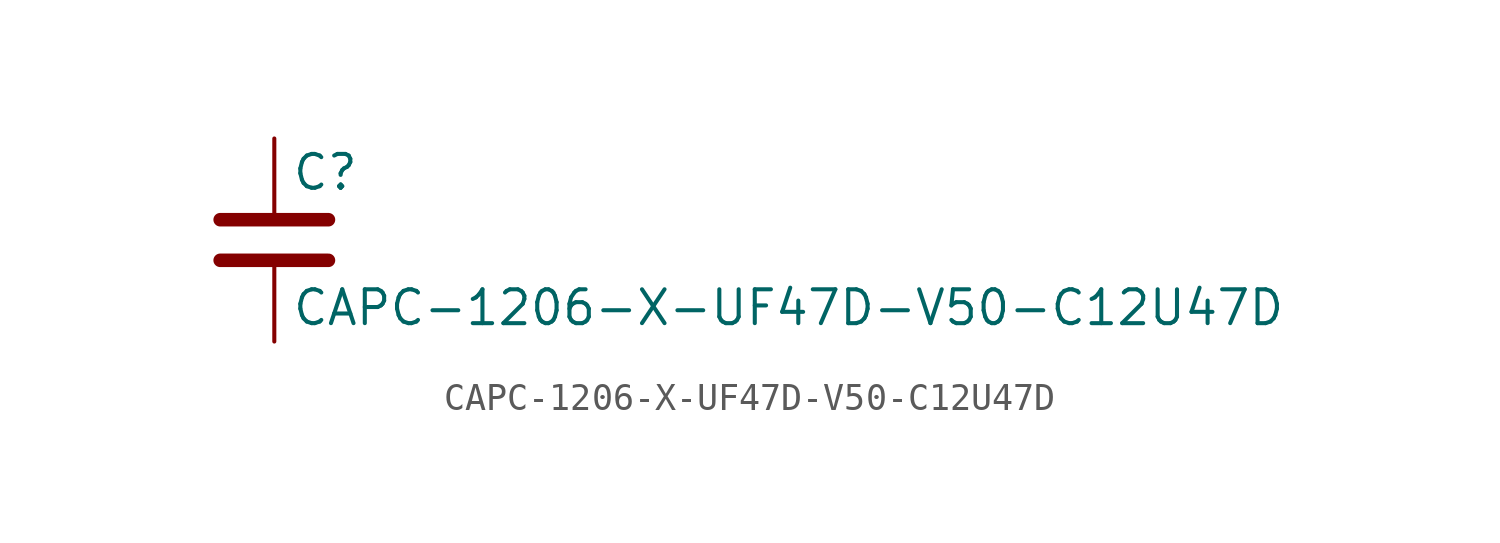
<source format=kicad_sym>
(kicad_symbol_lib
  (version 20211014)
  (generator kicad_symbol_editor)
  (symbol "CAPC-1206-X-UF47D-V50-C12U47D"
    (pin_numbers hide)
    (pin_names
      (offset 0.254))
    (property "Reference" "C"
      (at 0.635 2.54 0)
      (effects (font (size 1.27 1.27)) (justify left)))
    (property "Value" "CAPC-1206-X-UF47D-V50-C12U47D"
      (at 0.635 -2.54 0)
      (effects (font (size 1.27 1.27)) (justify left)))
    (symbol "CAPC-1206-X-UF47D-V50-C12U47D_0_1"
      (polyline (pts (xy -2.032 -0.762) (xy 2.032 -0.762)) (stroke (width 0.508) (type default) (color 0 0 0 0)) (fill (type none)))
      (polyline (pts (xy -2.032 0.762) (xy 2.032 0.762)) (stroke (width 0.508) (type default) (color 0 0 0 0)) (fill (type none))))
    (symbol "CAPC-1206-X-UF47D-V50-C12U47D_1_1"
      (pin passive line (at 0 3.81 270) (length 2.794) (name "~" (effects (font (size 1.27 1.27)))) (number "1" (effects (font (size 1.27 1.27)))))
      (pin passive line (at 0 -3.81 90) (length 2.794) (name "~" (effects (font (size 1.27 1.27)))) (number "2" (effects (font (size 1.27 1.27))))))))
</source>
